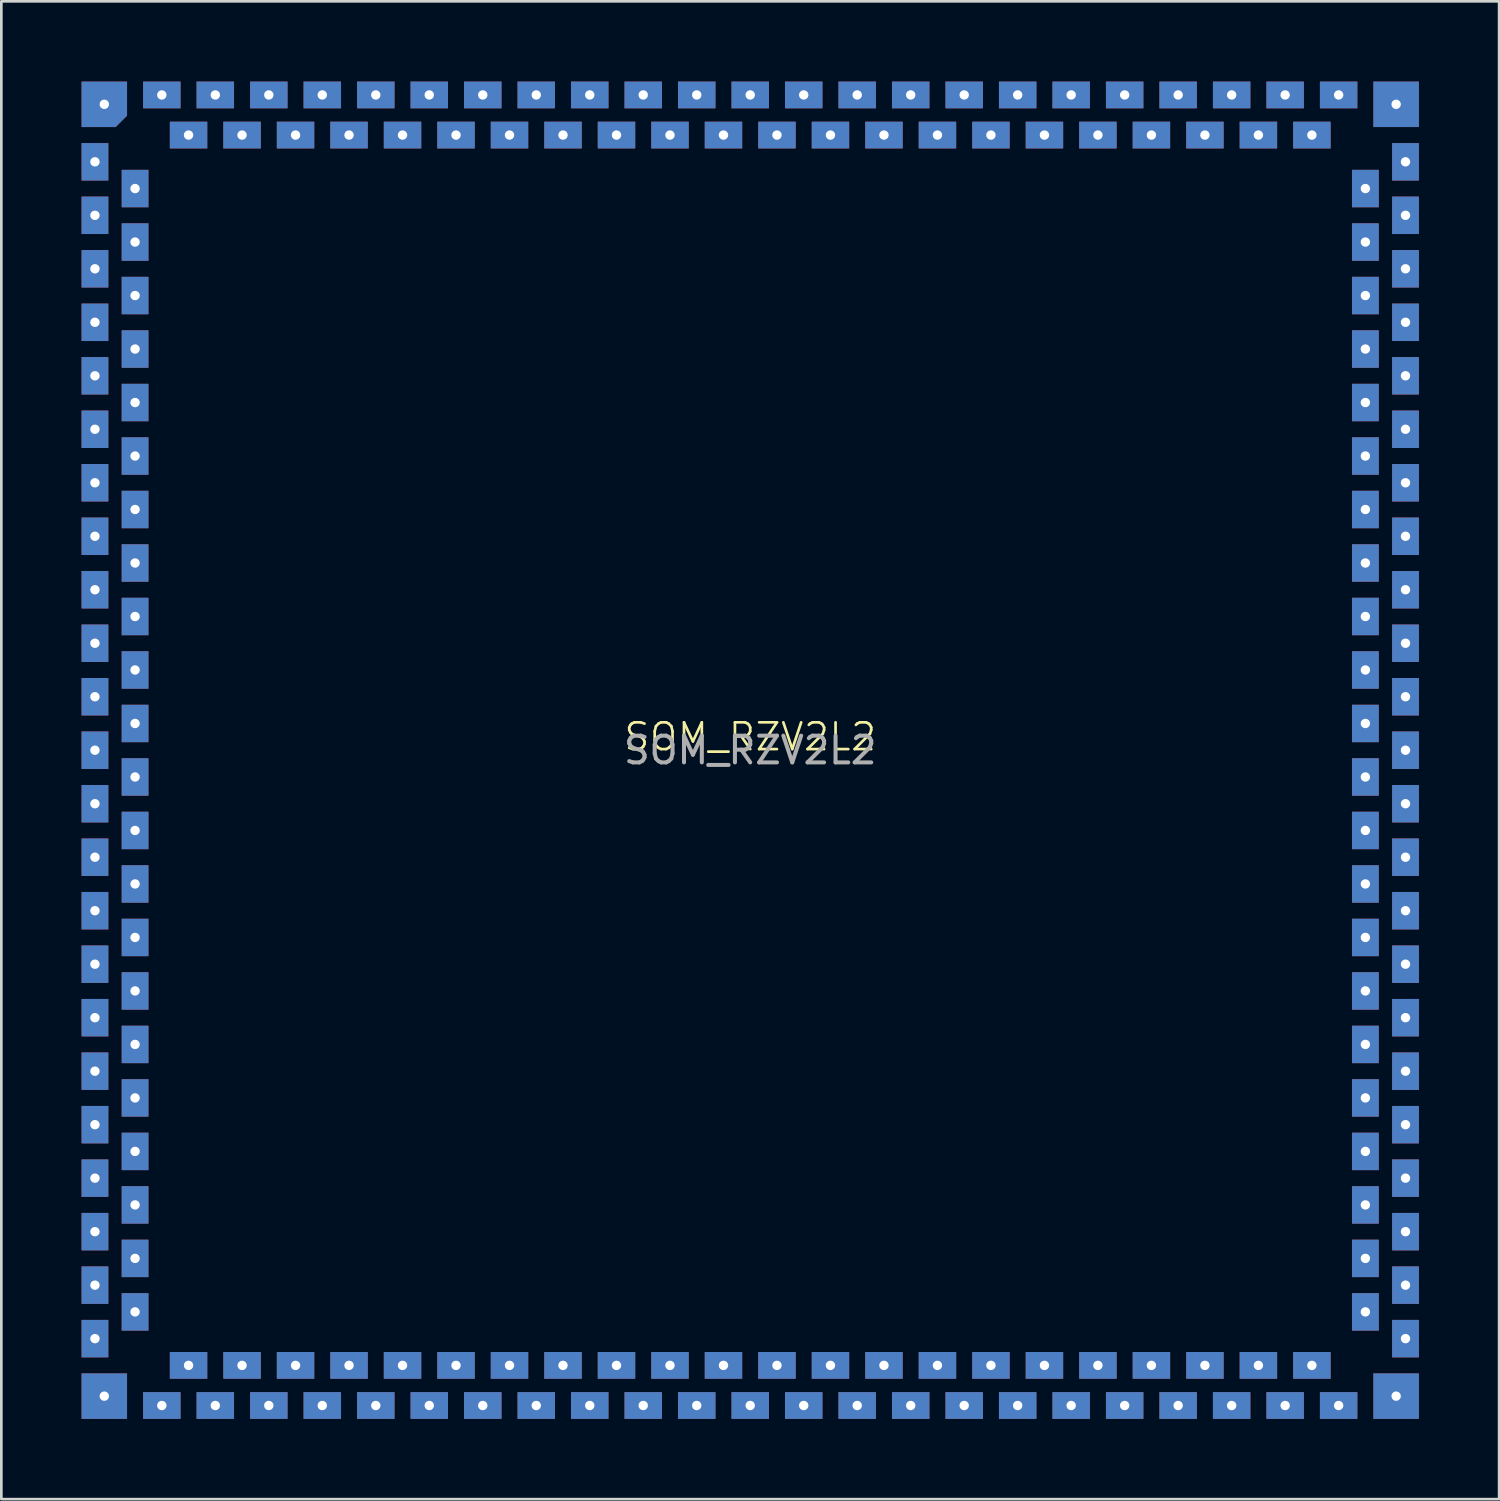
<source format=kicad_pcb>
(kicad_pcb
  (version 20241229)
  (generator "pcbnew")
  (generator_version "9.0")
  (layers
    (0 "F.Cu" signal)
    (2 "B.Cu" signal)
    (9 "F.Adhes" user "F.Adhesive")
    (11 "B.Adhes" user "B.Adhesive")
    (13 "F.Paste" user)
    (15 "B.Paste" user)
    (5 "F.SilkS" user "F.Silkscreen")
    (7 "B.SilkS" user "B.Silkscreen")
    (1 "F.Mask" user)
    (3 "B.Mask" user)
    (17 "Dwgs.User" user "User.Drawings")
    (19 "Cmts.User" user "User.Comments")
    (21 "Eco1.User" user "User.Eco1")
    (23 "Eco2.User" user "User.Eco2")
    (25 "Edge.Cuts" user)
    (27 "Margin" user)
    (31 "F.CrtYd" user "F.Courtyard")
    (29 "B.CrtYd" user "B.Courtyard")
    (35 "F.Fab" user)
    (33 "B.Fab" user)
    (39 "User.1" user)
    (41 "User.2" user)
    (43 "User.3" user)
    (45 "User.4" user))
  (footprint "SOM_RZV2L2"
    (layer "F.Cu")
    (at 25 25)
    (property "Reference" "SOM_RZV2L2" (at 0 -0.5 0) (unlocked yes) (layer "F.SilkS") (effects (font (size 1 1) (thickness 0.1))))
    (attr smd)
    (fp_text user "${REFERENCE}" (at 0 0 0) (unlocked yes) (layer "F.Fab") (effects (font (size 1 1) (thickness 0.15))))
    (pad "1" thru_hole circle (at -24.15 -24.15) (size 0.6 0.6) (drill 0.35) (layers "*.Cu" "*.Mask"))
    (pad "1" smd roundrect (at -24.15 -24.15) (size 1.7 1.7) (layers "F.Cu" "F.Mask" "F.Paste") (roundrect_rratio 0) (chamfer_ratio 0.25) (chamfer bottom_right))
    (pad "1" smd roundrect (at -24.15 -24.15) (size 1.7 1.7) (layers "B.Cu" "B.Mask") (roundrect_rratio 0) (chamfer_ratio 0.25) (chamfer bottom_right))
    (pad "2" thru_hole circle (at -24.5 -22) (size 0.6 0.6) (drill 0.35) (layers "*.Cu" "*.Mask"))
    (pad "2" smd rect (at -24.5 -22) (size 1 1.4) (layers "F.Cu" "F.Mask" "F.Paste"))
    (pad "2" smd rect (at -24.5 -22) (size 1 1.4) (layers "B.Cu" "B.Mask"))
    (pad "3" thru_hole circle (at -24.5 -20) (size 0.6 0.6) (drill 0.35) (layers "*.Cu" "*.Mask"))
    (pad "3" smd rect (at -24.5 -20) (size 1 1.4) (layers "F.Cu" "F.Mask" "F.Paste"))
    (pad "3" smd rect (at -24.5 -20) (size 1 1.4) (layers "B.Cu" "B.Mask"))
    (pad "4" thru_hole circle (at -24.5 -18) (size 0.6 0.6) (drill 0.35) (layers "*.Cu" "*.Mask"))
    (pad "4" smd rect (at -24.5 -18) (size 1 1.4) (layers "F.Cu" "F.Mask" "F.Paste"))
    (pad "4" smd rect (at -24.5 -18) (size 1 1.4) (layers "B.Cu" "B.Mask"))
    (pad "5" thru_hole circle (at -24.5 -16) (size 0.6 0.6) (drill 0.35) (layers "*.Cu" "*.Mask"))
    (pad "5" smd rect (at -24.5 -16) (size 1 1.4) (layers "F.Cu" "F.Mask" "F.Paste"))
    (pad "5" smd rect (at -24.5 -16) (size 1 1.4) (layers "B.Cu" "B.Mask"))
    (pad "6" thru_hole circle (at -24.5 -14) (size 0.6 0.6) (drill 0.35) (layers "*.Cu" "*.Mask"))
    (pad "6" smd rect (at -24.5 -14) (size 1 1.4) (layers "F.Cu" "F.Mask" "F.Paste"))
    (pad "6" smd rect (at -24.5 -14) (size 1 1.4) (layers "B.Cu" "B.Mask"))
    (pad "7" thru_hole circle (at -24.5 -12) (size 0.6 0.6) (drill 0.35) (layers "*.Cu" "*.Mask"))
    (pad "7" smd rect (at -24.5 -12) (size 1 1.4) (layers "F.Cu" "F.Mask" "F.Paste"))
    (pad "7" smd rect (at -24.5 -12) (size 1 1.4) (layers "B.Cu" "B.Mask"))
    (pad "8" thru_hole circle (at -24.5 -10) (size 0.6 0.6) (drill 0.35) (layers "*.Cu" "*.Mask"))
    (pad "8" smd rect (at -24.5 -10) (size 1 1.4) (layers "F.Cu" "F.Mask" "F.Paste"))
    (pad "8" smd rect (at -24.5 -10) (size 1 1.4) (layers "B.Cu" "B.Mask"))
    (pad "9" thru_hole circle (at -24.5 -8) (size 0.6 0.6) (drill 0.35) (layers "*.Cu" "*.Mask"))
    (pad "9" smd rect (at -24.5 -8) (size 1 1.4) (layers "F.Cu" "F.Mask" "F.Paste"))
    (pad "9" smd rect (at -24.5 -8) (size 1 1.4) (layers "B.Cu" "B.Mask"))
    (pad "10" thru_hole circle (at -24.5 -6) (size 0.6 0.6) (drill 0.35) (layers "*.Cu" "*.Mask"))
    (pad "10" smd rect (at -24.5 -6) (size 1 1.4) (layers "F.Cu" "F.Mask" "F.Paste"))
    (pad "10" smd rect (at -24.5 -6) (size 1 1.4) (layers "B.Cu" "B.Mask"))
    (pad "11" thru_hole circle (at -24.5 -4) (size 0.6 0.6) (drill 0.35) (layers "*.Cu" "*.Mask"))
    (pad "11" smd rect (at -24.5 -4) (size 1 1.4) (layers "F.Cu" "F.Mask" "F.Paste"))
    (pad "11" smd rect (at -24.5 -4) (size 1 1.4) (layers "B.Cu" "B.Mask"))
    (pad "12" thru_hole circle (at -24.5 -2) (size 0.6 0.6) (drill 0.35) (layers "*.Cu" "*.Mask"))
    (pad "12" smd rect (at -24.5 -2) (size 1 1.4) (layers "F.Cu" "F.Mask" "F.Paste"))
    (pad "12" smd rect (at -24.5 -2) (size 1 1.4) (layers "B.Cu" "B.Mask"))
    (pad "13" thru_hole circle (at -24.5 0) (size 0.6 0.6) (drill 0.35) (layers "*.Cu" "*.Mask"))
    (pad "13" smd rect (at -24.5 0) (size 1 1.4) (layers "F.Cu" "F.Mask" "F.Paste"))
    (pad "13" smd rect (at -24.5 0) (size 1 1.4) (layers "B.Cu" "B.Mask"))
    (pad "14" thru_hole circle (at -24.5 2) (size 0.6 0.6) (drill 0.35) (layers "*.Cu" "*.Mask"))
    (pad "14" smd rect (at -24.5 2) (size 1 1.4) (layers "F.Cu" "F.Mask" "F.Paste"))
    (pad "14" smd rect (at -24.5 2) (size 1 1.4) (layers "B.Cu" "B.Mask"))
    (pad "15" thru_hole circle (at -24.5 4) (size 0.6 0.6) (drill 0.35) (layers "*.Cu" "*.Mask"))
    (pad "15" smd rect (at -24.5 4) (size 1 1.4) (layers "F.Cu" "F.Mask" "F.Paste"))
    (pad "15" smd rect (at -24.5 4) (size 1 1.4) (layers "B.Cu" "B.Mask"))
    (pad "16" thru_hole circle (at -24.5 6) (size 0.6 0.6) (drill 0.35) (layers "*.Cu" "*.Mask"))
    (pad "16" smd rect (at -24.5 6) (size 1 1.4) (layers "F.Cu" "F.Mask" "F.Paste"))
    (pad "16" smd rect (at -24.5 6) (size 1 1.4) (layers "B.Cu" "B.Mask"))
    (pad "17" thru_hole circle (at -24.5 8) (size 0.6 0.6) (drill 0.35) (layers "*.Cu" "*.Mask"))
    (pad "17" smd rect (at -24.5 8) (size 1 1.4) (layers "F.Cu" "F.Mask" "F.Paste"))
    (pad "17" smd rect (at -24.5 8) (size 1 1.4) (layers "B.Cu" "B.Mask"))
    (pad "18" thru_hole circle (at -24.5 10) (size 0.6 0.6) (drill 0.35) (layers "*.Cu" "*.Mask"))
    (pad "18" smd rect (at -24.5 10) (size 1 1.4) (layers "F.Cu" "F.Mask" "F.Paste"))
    (pad "18" smd rect (at -24.5 10) (size 1 1.4) (layers "B.Cu" "B.Mask"))
    (pad "19" thru_hole circle (at -24.5 12) (size 0.6 0.6) (drill 0.35) (layers "*.Cu" "*.Mask"))
    (pad "19" smd rect (at -24.5 12) (size 1 1.4) (layers "F.Cu" "F.Mask" "F.Paste"))
    (pad "19" smd rect (at -24.5 12) (size 1 1.4) (layers "B.Cu" "B.Mask"))
    (pad "20" thru_hole circle (at -24.5 14) (size 0.6 0.6) (drill 0.35) (layers "*.Cu" "*.Mask"))
    (pad "20" smd rect (at -24.5 14) (size 1 1.4) (layers "F.Cu" "F.Mask" "F.Paste"))
    (pad "20" smd rect (at -24.5 14) (size 1 1.4) (layers "B.Cu" "B.Mask"))
    (pad "21" thru_hole circle (at -24.5 16) (size 0.6 0.6) (drill 0.35) (layers "*.Cu" "*.Mask"))
    (pad "21" smd rect (at -24.5 16) (size 1 1.4) (layers "F.Cu" "F.Mask" "F.Paste"))
    (pad "21" smd rect (at -24.5 16) (size 1 1.4) (layers "B.Cu" "B.Mask"))
    (pad "22" thru_hole circle (at -24.5 18) (size 0.6 0.6) (drill 0.35) (layers "*.Cu" "*.Mask"))
    (pad "22" smd rect (at -24.5 18) (size 1 1.4) (layers "F.Cu" "F.Mask" "F.Paste"))
    (pad "22" smd rect (at -24.5 18) (size 1 1.4) (layers "B.Cu" "B.Mask"))
    (pad "23" thru_hole circle (at -24.5 20) (size 0.6 0.6) (drill 0.35) (layers "*.Cu" "*.Mask"))
    (pad "23" smd rect (at -24.5 20) (size 1 1.4) (layers "F.Cu" "F.Mask" "F.Paste"))
    (pad "23" smd rect (at -24.5 20) (size 1 1.4) (layers "B.Cu" "B.Mask"))
    (pad "24" thru_hole circle (at -24.5 22) (size 0.6 0.6) (drill 0.35) (layers "*.Cu" "*.Mask"))
    (pad "24" smd rect (at -24.5 22) (size 1 1.4) (layers "F.Cu" "F.Mask" "F.Paste"))
    (pad "24" smd rect (at -24.5 22) (size 1 1.4) (layers "B.Cu" "B.Mask"))
    (pad "25" thru_hole circle (at -24.15 24.15) (size 0.6 0.6) (drill 0.35) (layers "*.Cu" "*.Mask"))
    (pad "25" smd rect (at -24.15 24.15) (size 1.7 1.7) (layers "F.Cu" "F.Mask" "F.Paste"))
    (pad "25" smd rect (at -24.15 24.15) (size 1.7 1.7) (layers "B.Cu" "B.Mask"))
    (pad "26" thru_hole circle (at -22 24.5) (size 0.6 0.6) (drill 0.35) (layers "*.Cu" "*.Mask"))
    (pad "26" smd rect (at -22 24.5) (size 1.4 1) (layers "F.Cu" "F.Mask" "F.Paste"))
    (pad "26" smd rect (at -22 24.5) (size 1.4 1) (layers "B.Cu" "B.Mask"))
    (pad "27" thru_hole circle (at -20 24.5) (size 0.6 0.6) (drill 0.35) (layers "*.Cu" "*.Mask"))
    (pad "27" smd rect (at -20 24.5) (size 1.4 1) (layers "F.Cu" "F.Mask" "F.Paste"))
    (pad "27" smd rect (at -20 24.5) (size 1.4 1) (layers "B.Cu" "B.Mask"))
    (pad "28" thru_hole circle (at -18 24.5) (size 0.6 0.6) (drill 0.35) (layers "*.Cu" "*.Mask"))
    (pad "28" smd rect (at -18 24.5) (size 1.4 1) (layers "F.Cu" "F.Mask" "F.Paste"))
    (pad "28" smd rect (at -18 24.5) (size 1.4 1) (layers "B.Cu" "B.Mask"))
    (pad "29" thru_hole circle (at -16 24.5) (size 0.6 0.6) (drill 0.35) (layers "*.Cu" "*.Mask"))
    (pad "29" smd rect (at -16 24.5) (size 1.4 1) (layers "F.Cu" "F.Mask" "F.Paste"))
    (pad "29" smd rect (at -16 24.5) (size 1.4 1) (layers "B.Cu" "B.Mask"))
    (pad "30" thru_hole circle (at -14 24.5) (size 0.6 0.6) (drill 0.35) (layers "*.Cu" "*.Mask"))
    (pad "30" smd rect (at -14 24.5) (size 1.4 1) (layers "F.Cu" "F.Mask" "F.Paste"))
    (pad "30" smd rect (at -14 24.5) (size 1.4 1) (layers "B.Cu" "B.Mask"))
    (pad "31" thru_hole circle (at -12 24.5) (size 0.6 0.6) (drill 0.35) (layers "*.Cu" "*.Mask"))
    (pad "31" smd rect (at -12 24.5) (size 1.4 1) (layers "F.Cu" "F.Mask" "F.Paste"))
    (pad "31" smd rect (at -12 24.5) (size 1.4 1) (layers "B.Cu" "B.Mask"))
    (pad "32" thru_hole circle (at -10 24.5) (size 0.6 0.6) (drill 0.35) (layers "*.Cu" "*.Mask"))
    (pad "32" smd rect (at -10 24.5) (size 1.4 1) (layers "F.Cu" "F.Mask" "F.Paste"))
    (pad "32" smd rect (at -10 24.5) (size 1.4 1) (layers "B.Cu" "B.Mask"))
    (pad "33" thru_hole circle (at -8 24.5) (size 0.6 0.6) (drill 0.35) (layers "*.Cu" "*.Mask"))
    (pad "33" smd rect (at -8 24.5) (size 1.4 1) (layers "F.Cu" "F.Mask" "F.Paste"))
    (pad "33" smd rect (at -8 24.5) (size 1.4 1) (layers "B.Cu" "B.Mask"))
    (pad "34" thru_hole circle (at -6 24.5) (size 0.6 0.6) (drill 0.35) (layers "*.Cu" "*.Mask"))
    (pad "34" smd rect (at -6 24.5) (size 1.4 1) (layers "F.Cu" "F.Mask" "F.Paste"))
    (pad "34" smd rect (at -6 24.5) (size 1.4 1) (layers "B.Cu" "B.Mask"))
    (pad "35" thru_hole circle (at -4 24.5) (size 0.6 0.6) (drill 0.35) (layers "*.Cu" "*.Mask"))
    (pad "35" smd rect (at -4 24.5) (size 1.4 1) (layers "F.Cu" "F.Mask" "F.Paste"))
    (pad "35" smd rect (at -4 24.5) (size 1.4 1) (layers "B.Cu" "B.Mask"))
    (pad "36" thru_hole circle (at -2 24.5) (size 0.6 0.6) (drill 0.35) (layers "*.Cu" "*.Mask"))
    (pad "36" smd rect (at -2 24.5) (size 1.4 1) (layers "F.Cu" "F.Mask" "F.Paste"))
    (pad "36" smd rect (at -2 24.5) (size 1.4 1) (layers "B.Cu" "B.Mask"))
    (pad "37" thru_hole circle (at 0 24.5) (size 0.6 0.6) (drill 0.35) (layers "*.Cu" "*.Mask"))
    (pad "37" smd rect (at 0 24.5) (size 1.4 1) (layers "F.Cu" "F.Mask" "F.Paste"))
    (pad "37" smd rect (at 0 24.5) (size 1.4 1) (layers "B.Cu" "B.Mask"))
    (pad "38" thru_hole circle (at 2 24.5) (size 0.6 0.6) (drill 0.35) (layers "*.Cu" "*.Mask"))
    (pad "38" smd rect (at 2 24.5) (size 1.4 1) (layers "F.Cu" "F.Mask" "F.Paste"))
    (pad "38" smd rect (at 2 24.5) (size 1.4 1) (layers "B.Cu" "B.Mask"))
    (pad "39" thru_hole circle (at 4 24.5) (size 0.6 0.6) (drill 0.35) (layers "*.Cu" "*.Mask"))
    (pad "39" smd rect (at 4 24.5) (size 1.4 1) (layers "F.Cu" "F.Mask" "F.Paste"))
    (pad "39" smd rect (at 4 24.5) (size 1.4 1) (layers "B.Cu" "B.Mask"))
    (pad "40" thru_hole circle (at 6 24.5) (size 0.6 0.6) (drill 0.35) (layers "*.Cu" "*.Mask"))
    (pad "40" smd rect (at 6 24.5) (size 1.4 1) (layers "F.Cu" "F.Mask" "F.Paste"))
    (pad "40" smd rect (at 6 24.5) (size 1.4 1) (layers "B.Cu" "B.Mask"))
    (pad "41" thru_hole circle (at 8 24.5) (size 0.6 0.6) (drill 0.35) (layers "*.Cu" "*.Mask"))
    (pad "41" smd rect (at 8 24.5) (size 1.4 1) (layers "F.Cu" "F.Mask" "F.Paste"))
    (pad "41" smd rect (at 8 24.5) (size 1.4 1) (layers "B.Cu" "B.Mask"))
    (pad "42" thru_hole circle (at 10 24.5) (size 0.6 0.6) (drill 0.35) (layers "*.Cu" "*.Mask"))
    (pad "42" smd rect (at 10 24.5) (size 1.4 1) (layers "F.Cu" "F.Mask" "F.Paste"))
    (pad "42" smd rect (at 10 24.5) (size 1.4 1) (layers "B.Cu" "B.Mask"))
    (pad "43" thru_hole circle (at 12 24.5) (size 0.6 0.6) (drill 0.35) (layers "*.Cu" "*.Mask"))
    (pad "43" smd rect (at 12 24.5) (size 1.4 1) (layers "F.Cu" "F.Mask" "F.Paste"))
    (pad "43" smd rect (at 12 24.5) (size 1.4 1) (layers "B.Cu" "B.Mask"))
    (pad "44" thru_hole circle (at 14 24.5) (size 0.6 0.6) (drill 0.35) (layers "*.Cu" "*.Mask"))
    (pad "44" smd rect (at 14 24.5) (size 1.4 1) (layers "F.Cu" "F.Mask" "F.Paste"))
    (pad "44" smd rect (at 14 24.5) (size 1.4 1) (layers "B.Cu" "B.Mask"))
    (pad "45" thru_hole circle (at 16 24.5) (size 0.6 0.6) (drill 0.35) (layers "*.Cu" "*.Mask"))
    (pad "45" smd rect (at 16 24.5) (size 1.4 1) (layers "F.Cu" "F.Mask" "F.Paste"))
    (pad "45" smd rect (at 16 24.5) (size 1.4 1) (layers "B.Cu" "B.Mask"))
    (pad "46" thru_hole circle (at 18 24.5) (size 0.6 0.6) (drill 0.35) (layers "*.Cu" "*.Mask"))
    (pad "46" smd rect (at 18 24.5) (size 1.4 1) (layers "F.Cu" "F.Mask" "F.Paste"))
    (pad "46" smd rect (at 18 24.5) (size 1.4 1) (layers "B.Cu" "B.Mask"))
    (pad "47" thru_hole circle (at 20 24.5) (size 0.6 0.6) (drill 0.35) (layers "*.Cu" "*.Mask"))
    (pad "47" smd rect (at 20 24.5) (size 1.4 1) (layers "F.Cu" "F.Mask" "F.Paste"))
    (pad "47" smd rect (at 20 24.5) (size 1.4 1) (layers "B.Cu" "B.Mask"))
    (pad "48" thru_hole circle (at 22 24.5) (size 0.6 0.6) (drill 0.35) (layers "*.Cu" "*.Mask"))
    (pad "48" smd rect (at 22 24.5) (size 1.4 1) (layers "F.Cu" "F.Mask" "F.Paste"))
    (pad "48" smd rect (at 22 24.5) (size 1.4 1) (layers "B.Cu" "B.Mask"))
    (pad "49" thru_hole circle (at 24.15 24.15) (size 0.6 0.6) (drill 0.35) (layers "*.Cu" "*.Mask"))
    (pad "49" smd rect (at 24.15 24.15) (size 1.7 1.7) (layers "F.Cu" "F.Mask" "F.Paste"))
    (pad "49" smd rect (at 24.15 24.15) (size 1.7 1.7) (layers "B.Cu" "B.Mask"))
    (pad "50" thru_hole circle (at 24.5 22) (size 0.6 0.6) (drill 0.35) (layers "*.Cu" "*.Mask"))
    (pad "50" smd rect (at 24.5 22) (size 1 1.4) (layers "F.Cu" "F.Mask" "F.Paste"))
    (pad "50" smd rect (at 24.5 22) (size 1 1.4) (layers "B.Cu" "B.Mask"))
    (pad "51" thru_hole circle (at 24.5 20) (size 0.6 0.6) (drill 0.35) (layers "*.Cu" "*.Mask"))
    (pad "51" smd rect (at 24.5 20) (size 1 1.4) (layers "F.Cu" "F.Mask" "F.Paste"))
    (pad "51" smd rect (at 24.5 20) (size 1 1.4) (layers "B.Cu" "B.Mask"))
    (pad "52" thru_hole circle (at 24.5 18) (size 0.6 0.6) (drill 0.35) (layers "*.Cu" "*.Mask"))
    (pad "52" smd rect (at 24.5 18) (size 1 1.4) (layers "F.Cu" "F.Mask" "F.Paste"))
    (pad "52" smd rect (at 24.5 18) (size 1 1.4) (layers "B.Cu" "B.Mask"))
    (pad "53" thru_hole circle (at 24.5 16) (size 0.6 0.6) (drill 0.35) (layers "*.Cu" "*.Mask"))
    (pad "53" smd rect (at 24.5 16) (size 1 1.4) (layers "F.Cu" "F.Mask" "F.Paste"))
    (pad "53" smd rect (at 24.5 16) (size 1 1.4) (layers "B.Cu" "B.Mask"))
    (pad "54" thru_hole circle (at 24.5 14) (size 0.6 0.6) (drill 0.35) (layers "*.Cu" "*.Mask"))
    (pad "54" smd rect (at 24.5 14) (size 1 1.4) (layers "F.Cu" "F.Mask" "F.Paste"))
    (pad "54" smd rect (at 24.5 14) (size 1 1.4) (layers "B.Cu" "B.Mask"))
    (pad "55" thru_hole circle (at 24.5 12) (size 0.6 0.6) (drill 0.35) (layers "*.Cu" "*.Mask"))
    (pad "55" smd rect (at 24.5 12) (size 1 1.4) (layers "F.Cu" "F.Mask" "F.Paste"))
    (pad "55" smd rect (at 24.5 12) (size 1 1.4) (layers "B.Cu" "B.Mask"))
    (pad "56" thru_hole circle (at 24.5 10) (size 0.6 0.6) (drill 0.35) (layers "*.Cu" "*.Mask"))
    (pad "56" smd rect (at 24.5 10) (size 1 1.4) (layers "F.Cu" "F.Mask" "F.Paste"))
    (pad "56" smd rect (at 24.5 10) (size 1 1.4) (layers "B.Cu" "B.Mask"))
    (pad "57" thru_hole circle (at 24.5 8) (size 0.6 0.6) (drill 0.35) (layers "*.Cu" "*.Mask"))
    (pad "57" smd rect (at 24.5 8) (size 1 1.4) (layers "F.Cu" "F.Mask" "F.Paste"))
    (pad "57" smd rect (at 24.5 8) (size 1 1.4) (layers "B.Cu" "B.Mask"))
    (pad "58" thru_hole circle (at 24.5 6) (size 0.6 0.6) (drill 0.35) (layers "*.Cu" "*.Mask"))
    (pad "58" smd rect (at 24.5 6) (size 1 1.4) (layers "F.Cu" "F.Mask" "F.Paste"))
    (pad "58" smd rect (at 24.5 6) (size 1 1.4) (layers "B.Cu" "B.Mask"))
    (pad "59" thru_hole circle (at 24.5 4) (size 0.6 0.6) (drill 0.35) (layers "*.Cu" "*.Mask"))
    (pad "59" smd rect (at 24.5 4) (size 1 1.4) (layers "F.Cu" "F.Mask" "F.Paste"))
    (pad "59" smd rect (at 24.5 4) (size 1 1.4) (layers "B.Cu" "B.Mask"))
    (pad "60" thru_hole circle (at 24.5 2) (size 0.6 0.6) (drill 0.35) (layers "*.Cu" "*.Mask"))
    (pad "60" smd rect (at 24.5 2) (size 1 1.4) (layers "F.Cu" "F.Mask" "F.Paste"))
    (pad "60" smd rect (at 24.5 2) (size 1 1.4) (layers "B.Cu" "B.Mask"))
    (pad "61" thru_hole circle (at 24.5 0) (size 0.6 0.6) (drill 0.35) (layers "*.Cu" "*.Mask"))
    (pad "61" smd rect (at 24.5 0) (size 1 1.4) (layers "F.Cu" "F.Mask" "F.Paste"))
    (pad "61" smd rect (at 24.5 0) (size 1 1.4) (layers "B.Cu" "B.Mask"))
    (pad "62" thru_hole circle (at 24.5 -2) (size 0.6 0.6) (drill 0.35) (layers "*.Cu" "*.Mask"))
    (pad "62" smd rect (at 24.5 -2) (size 1 1.4) (layers "F.Cu" "F.Mask" "F.Paste"))
    (pad "62" smd rect (at 24.5 -2) (size 1 1.4) (layers "B.Cu" "B.Mask"))
    (pad "63" thru_hole circle (at 24.5 -4) (size 0.6 0.6) (drill 0.35) (layers "*.Cu" "*.Mask"))
    (pad "63" smd rect (at 24.5 -4) (size 1 1.4) (layers "F.Cu" "F.Mask" "F.Paste"))
    (pad "63" smd rect (at 24.5 -4) (size 1 1.4) (layers "B.Cu" "B.Mask"))
    (pad "64" thru_hole circle (at 24.5 -6) (size 0.6 0.6) (drill 0.35) (layers "*.Cu" "*.Mask"))
    (pad "64" smd rect (at 24.5 -6) (size 1 1.4) (layers "F.Cu" "F.Mask" "F.Paste"))
    (pad "64" smd rect (at 24.5 -6) (size 1 1.4) (layers "B.Cu" "B.Mask"))
    (pad "65" thru_hole circle (at 24.5 -8) (size 0.6 0.6) (drill 0.35) (layers "*.Cu" "*.Mask"))
    (pad "65" smd rect (at 24.5 -8) (size 1 1.4) (layers "F.Cu" "F.Mask" "F.Paste"))
    (pad "65" smd rect (at 24.5 -8) (size 1 1.4) (layers "B.Cu" "B.Mask"))
    (pad "66" thru_hole circle (at 24.5 -10) (size 0.6 0.6) (drill 0.35) (layers "*.Cu" "*.Mask"))
    (pad "66" smd rect (at 24.5 -10) (size 1 1.4) (layers "F.Cu" "F.Mask" "F.Paste"))
    (pad "66" smd rect (at 24.5 -10) (size 1 1.4) (layers "B.Cu" "B.Mask"))
    (pad "67" thru_hole circle (at 24.5 -12) (size 0.6 0.6) (drill 0.35) (layers "*.Cu" "*.Mask"))
    (pad "67" smd rect (at 24.5 -12) (size 1 1.4) (layers "F.Cu" "F.Mask" "F.Paste"))
    (pad "67" smd rect (at 24.5 -12) (size 1 1.4) (layers "B.Cu" "B.Mask"))
    (pad "68" thru_hole circle (at 24.5 -14) (size 0.6 0.6) (drill 0.35) (layers "*.Cu" "*.Mask"))
    (pad "68" smd rect (at 24.5 -14) (size 1 1.4) (layers "F.Cu" "F.Mask" "F.Paste"))
    (pad "68" smd rect (at 24.5 -14) (size 1 1.4) (layers "B.Cu" "B.Mask"))
    (pad "69" thru_hole circle (at 24.5 -16) (size 0.6 0.6) (drill 0.35) (layers "*.Cu" "*.Mask"))
    (pad "69" smd rect (at 24.5 -16) (size 1 1.4) (layers "F.Cu" "F.Mask" "F.Paste"))
    (pad "69" smd rect (at 24.5 -16) (size 1 1.4) (layers "B.Cu" "B.Mask"))
    (pad "70" thru_hole circle (at 24.5 -18) (size 0.6 0.6) (drill 0.35) (layers "*.Cu" "*.Mask"))
    (pad "70" smd rect (at 24.5 -18) (size 1 1.4) (layers "F.Cu" "F.Mask" "F.Paste"))
    (pad "70" smd rect (at 24.5 -18) (size 1 1.4) (layers "B.Cu" "B.Mask"))
    (pad "71" thru_hole circle (at 24.5 -20) (size 0.6 0.6) (drill 0.35) (layers "*.Cu" "*.Mask"))
    (pad "71" smd rect (at 24.5 -20) (size 1 1.4) (layers "F.Cu" "F.Mask" "F.Paste"))
    (pad "71" smd rect (at 24.5 -20) (size 1 1.4) (layers "B.Cu" "B.Mask"))
    (pad "72" thru_hole circle (at 24.5 -22) (size 0.6 0.6) (drill 0.35) (layers "*.Cu" "*.Mask"))
    (pad "72" smd rect (at 24.5 -22) (size 1 1.4) (layers "F.Cu" "F.Mask" "F.Paste"))
    (pad "72" smd rect (at 24.5 -22) (size 1 1.4) (layers "B.Cu" "B.Mask"))
    (pad "73" thru_hole circle (at 24.15 -24.15) (size 0.6 0.6) (drill 0.35) (layers "*.Cu" "*.Mask"))
    (pad "73" smd rect (at 24.15 -24.15) (size 1.7 1.7) (layers "F.Cu" "F.Mask" "F.Paste"))
    (pad "73" smd rect (at 24.15 -24.15) (size 1.7 1.7) (layers "B.Cu" "B.Mask"))
    (pad "74" thru_hole circle (at 22 -24.5) (size 0.6 0.6) (drill 0.35) (layers "*.Cu" "*.Mask"))
    (pad "74" smd rect (at 22 -24.5) (size 1.4 1) (layers "F.Cu" "F.Mask" "F.Paste"))
    (pad "74" smd rect (at 22 -24.5) (size 1.4 1) (layers "B.Cu" "B.Mask"))
    (pad "75" thru_hole circle (at 20 -24.5) (size 0.6 0.6) (drill 0.35) (layers "*.Cu" "*.Mask"))
    (pad "75" smd rect (at 20 -24.5) (size 1.4 1) (layers "F.Cu" "F.Mask" "F.Paste"))
    (pad "75" smd rect (at 20 -24.5) (size 1.4 1) (layers "B.Cu" "B.Mask"))
    (pad "76" thru_hole circle (at 18 -24.5) (size 0.6 0.6) (drill 0.35) (layers "*.Cu" "*.Mask"))
    (pad "76" smd rect (at 18 -24.5) (size 1.4 1) (layers "F.Cu" "F.Mask" "F.Paste"))
    (pad "76" smd rect (at 18 -24.5) (size 1.4 1) (layers "B.Cu" "B.Mask"))
    (pad "77" thru_hole circle (at 16 -24.5) (size 0.6 0.6) (drill 0.35) (layers "*.Cu" "*.Mask"))
    (pad "77" smd rect (at 16 -24.5) (size 1.4 1) (layers "F.Cu" "F.Mask" "F.Paste"))
    (pad "77" smd rect (at 16 -24.5) (size 1.4 1) (layers "B.Cu" "B.Mask"))
    (pad "78" thru_hole circle (at 14 -24.5) (size 0.6 0.6) (drill 0.35) (layers "*.Cu" "*.Mask"))
    (pad "78" smd rect (at 14 -24.5) (size 1.4 1) (layers "F.Cu" "F.Mask" "F.Paste"))
    (pad "78" smd rect (at 14 -24.5) (size 1.4 1) (layers "B.Cu" "B.Mask"))
    (pad "79" thru_hole circle (at 12 -24.5) (size 0.6 0.6) (drill 0.35) (layers "*.Cu" "*.Mask"))
    (pad "79" smd rect (at 12 -24.5) (size 1.4 1) (layers "F.Cu" "F.Mask" "F.Paste"))
    (pad "79" smd rect (at 12 -24.5) (size 1.4 1) (layers "B.Cu" "B.Mask"))
    (pad "80" thru_hole circle (at 10 -24.5) (size 0.6 0.6) (drill 0.35) (layers "*.Cu" "*.Mask"))
    (pad "80" smd rect (at 10 -24.5) (size 1.4 1) (layers "F.Cu" "F.Mask" "F.Paste"))
    (pad "80" smd rect (at 10 -24.5) (size 1.4 1) (layers "B.Cu" "B.Mask"))
    (pad "81" thru_hole circle (at 8 -24.5) (size 0.6 0.6) (drill 0.35) (layers "*.Cu" "*.Mask"))
    (pad "81" smd rect (at 8 -24.5) (size 1.4 1) (layers "F.Cu" "F.Mask" "F.Paste"))
    (pad "81" smd rect (at 8 -24.5) (size 1.4 1) (layers "B.Cu" "B.Mask"))
    (pad "82" thru_hole circle (at 6 -24.5) (size 0.6 0.6) (drill 0.35) (layers "*.Cu" "*.Mask"))
    (pad "82" smd rect (at 6 -24.5) (size 1.4 1) (layers "F.Cu" "F.Mask" "F.Paste"))
    (pad "82" smd rect (at 6 -24.5) (size 1.4 1) (layers "B.Cu" "B.Mask"))
    (pad "83" thru_hole circle (at 4 -24.5) (size 0.6 0.6) (drill 0.35) (layers "*.Cu" "*.Mask"))
    (pad "83" smd rect (at 4 -24.5) (size 1.4 1) (layers "F.Cu" "F.Mask" "F.Paste"))
    (pad "83" smd rect (at 4 -24.5) (size 1.4 1) (layers "B.Cu" "B.Mask"))
    (pad "84" thru_hole circle (at 2 -24.5) (size 0.6 0.6) (drill 0.35) (layers "*.Cu" "*.Mask"))
    (pad "84" smd rect (at 2 -24.5) (size 1.4 1) (layers "F.Cu" "F.Mask" "F.Paste"))
    (pad "84" smd rect (at 2 -24.5) (size 1.4 1) (layers "B.Cu" "B.Mask"))
    (pad "85" thru_hole circle (at 0 -24.5) (size 0.6 0.6) (drill 0.35) (layers "*.Cu" "*.Mask"))
    (pad "85" smd rect (at 0 -24.5) (size 1.4 1) (layers "F.Cu" "F.Mask" "F.Paste"))
    (pad "85" smd rect (at 0 -24.5) (size 1.4 1) (layers "B.Cu" "B.Mask"))
    (pad "86" thru_hole circle (at -2 -24.5) (size 0.6 0.6) (drill 0.35) (layers "*.Cu" "*.Mask"))
    (pad "86" smd rect (at -2 -24.5) (size 1.4 1) (layers "F.Cu" "F.Mask" "F.Paste"))
    (pad "86" smd rect (at -2 -24.5) (size 1.4 1) (layers "B.Cu" "B.Mask"))
    (pad "87" thru_hole circle (at -4 -24.5) (size 0.6 0.6) (drill 0.35) (layers "*.Cu" "*.Mask"))
    (pad "87" smd rect (at -4 -24.5) (size 1.4 1) (layers "F.Cu" "F.Mask" "F.Paste"))
    (pad "87" smd rect (at -4 -24.5) (size 1.4 1) (layers "B.Cu" "B.Mask"))
    (pad "88" thru_hole circle (at -6 -24.5) (size 0.6 0.6) (drill 0.35) (layers "*.Cu" "*.Mask"))
    (pad "88" smd rect (at -6 -24.5) (size 1.4 1) (layers "F.Cu" "F.Mask" "F.Paste"))
    (pad "88" smd rect (at -6 -24.5) (size 1.4 1) (layers "B.Cu" "B.Mask"))
    (pad "89" thru_hole circle (at -8 -24.5) (size 0.6 0.6) (drill 0.35) (layers "*.Cu" "*.Mask"))
    (pad "89" smd rect (at -8 -24.5) (size 1.4 1) (layers "F.Cu" "F.Mask" "F.Paste"))
    (pad "89" smd rect (at -8 -24.5) (size 1.4 1) (layers "B.Cu" "B.Mask"))
    (pad "90" thru_hole circle (at -10 -24.5) (size 0.6 0.6) (drill 0.35) (layers "*.Cu" "*.Mask"))
    (pad "90" smd rect (at -10 -24.5) (size 1.4 1) (layers "F.Cu" "F.Mask" "F.Paste"))
    (pad "90" smd rect (at -10 -24.5) (size 1.4 1) (layers "B.Cu" "B.Mask"))
    (pad "91" thru_hole circle (at -12 -24.5) (size 0.6 0.6) (drill 0.35) (layers "*.Cu" "*.Mask"))
    (pad "91" smd rect (at -12 -24.5) (size 1.4 1) (layers "F.Cu" "F.Mask" "F.Paste"))
    (pad "91" smd rect (at -12 -24.5) (size 1.4 1) (layers "B.Cu" "B.Mask"))
    (pad "92" thru_hole circle (at -14 -24.5) (size 0.6 0.6) (drill 0.35) (layers "*.Cu" "*.Mask"))
    (pad "92" smd rect (at -14 -24.5) (size 1.4 1) (layers "F.Cu" "F.Mask" "F.Paste"))
    (pad "92" smd rect (at -14 -24.5) (size 1.4 1) (layers "B.Cu" "B.Mask"))
    (pad "93" thru_hole circle (at -16 -24.5) (size 0.6 0.6) (drill 0.35) (layers "*.Cu" "*.Mask"))
    (pad "93" smd rect (at -16 -24.5) (size 1.4 1) (layers "F.Cu" "F.Mask" "F.Paste"))
    (pad "93" smd rect (at -16 -24.5) (size 1.4 1) (layers "B.Cu" "B.Mask"))
    (pad "94" thru_hole circle (at -18 -24.5) (size 0.6 0.6) (drill 0.35) (layers "*.Cu" "*.Mask"))
    (pad "94" smd rect (at -18 -24.5) (size 1.4 1) (layers "F.Cu" "F.Mask" "F.Paste"))
    (pad "94" smd rect (at -18 -24.5) (size 1.4 1) (layers "B.Cu" "B.Mask"))
    (pad "95" thru_hole circle (at -20 -24.5) (size 0.6 0.6) (drill 0.35) (layers "*.Cu" "*.Mask"))
    (pad "95" smd rect (at -20 -24.5) (size 1.4 1) (layers "F.Cu" "F.Mask" "F.Paste"))
    (pad "95" smd rect (at -20 -24.5) (size 1.4 1) (layers "B.Cu" "B.Mask"))
    (pad "96" thru_hole circle (at -22 -24.5) (size 0.6 0.6) (drill 0.35) (layers "*.Cu" "*.Mask"))
    (pad "96" smd rect (at -22 -24.5) (size 1.4 1) (layers "F.Cu" "F.Mask" "F.Paste"))
    (pad "96" smd rect (at -22 -24.5) (size 1.4 1) (layers "B.Cu" "B.Mask"))
    (pad "96" thru_hole circle (at 21 -23) (size 0.6 0.6) (drill 0.35) (layers "*.Cu" "*.Mask"))
    (pad "96" smd rect (at 21 -23) (size 1.4 1) (layers "F.Cu" "F.Mask" "F.Paste"))
    (pad "97" thru_hole circle (at -23 -21) (size 0.6 0.6) (drill 0.35) (layers "*.Cu" "*.Mask"))
    (pad "97" smd rect (at -23 -21) (size 1 1.4) (layers "F.Cu" "F.Mask" "F.Paste"))
    (pad "97" smd rect (at -23 -21) (size 1 1.4) (layers "B.Cu" "B.Mask"))
    (pad "97" thru_hole circle (at 19 -23) (size 0.6 0.6) (drill 0.35) (layers "*.Cu" "*.Mask"))
    (pad "97" smd rect (at 19 -23) (size 1.4 1) (layers "F.Cu" "F.Mask" "F.Paste"))
    (pad "98" thru_hole circle (at -23 -19) (size 0.6 0.6) (drill 0.35) (layers "*.Cu" "*.Mask"))
    (pad "98" smd rect (at -23 -19) (size 1 1.4) (layers "F.Cu" "F.Mask" "F.Paste"))
    (pad "98" smd rect (at -23 -19) (size 1 1.4) (layers "B.Cu" "B.Mask"))
    (pad "98" thru_hole circle (at 17 -23) (size 0.6 0.6) (drill 0.35) (layers "*.Cu" "*.Mask"))
    (pad "98" smd rect (at 17 -23) (size 1.4 1) (layers "F.Cu" "F.Mask" "F.Paste"))
    (pad "99" thru_hole circle (at -23 -17) (size 0.6 0.6) (drill 0.35) (layers "*.Cu" "*.Mask"))
    (pad "99" smd rect (at -23 -17) (size 1 1.4) (layers "F.Cu" "F.Mask" "F.Paste"))
    (pad "99" smd rect (at -23 -17) (size 1 1.4) (layers "B.Cu" "B.Mask"))
    (pad "99" thru_hole circle (at 15 -23) (size 0.6 0.6) (drill 0.35) (layers "*.Cu" "*.Mask"))
    (pad "99" smd rect (at 15 -23) (size 1.4 1) (layers "F.Cu" "F.Mask" "F.Paste"))
    (pad "100" thru_hole circle (at -23 -15) (size 0.6 0.6) (drill 0.35) (layers "*.Cu" "*.Mask"))
    (pad "100" smd rect (at -23 -15) (size 1 1.4) (layers "F.Cu" "F.Mask" "F.Paste"))
    (pad "100" smd rect (at -23 -15) (size 1 1.4) (layers "B.Cu" "B.Mask"))
    (pad "100" thru_hole circle (at 13 -23) (size 0.6 0.6) (drill 0.35) (layers "*.Cu" "*.Mask"))
    (pad "100" smd rect (at 13 -23) (size 1.4 1) (layers "F.Cu" "F.Mask" "F.Paste"))
    (pad "101" thru_hole circle (at -23 -13) (size 0.6 0.6) (drill 0.35) (layers "*.Cu" "*.Mask"))
    (pad "101" smd rect (at -23 -13) (size 1 1.4) (layers "F.Cu" "F.Mask" "F.Paste"))
    (pad "101" smd rect (at -23 -13) (size 1 1.4) (layers "B.Cu" "B.Mask"))
    (pad "101" thru_hole circle (at 11 -23) (size 0.6 0.6) (drill 0.35) (layers "*.Cu" "*.Mask"))
    (pad "101" smd rect (at 11 -23) (size 1.4 1) (layers "F.Cu" "F.Mask" "F.Paste"))
    (pad "102" thru_hole circle (at -23 -11) (size 0.6 0.6) (drill 0.35) (layers "*.Cu" "*.Mask"))
    (pad "102" smd rect (at -23 -11) (size 1 1.4) (layers "F.Cu" "F.Mask" "F.Paste"))
    (pad "102" smd rect (at -23 -11) (size 1 1.4) (layers "B.Cu" "B.Mask"))
    (pad "102" thru_hole circle (at 9 -23) (size 0.6 0.6) (drill 0.35) (layers "*.Cu" "*.Mask"))
    (pad "102" smd rect (at 9 -23) (size 1.4 1) (layers "F.Cu" "F.Mask" "F.Paste"))
    (pad "103" thru_hole circle (at -23 -9) (size 0.6 0.6) (drill 0.35) (layers "*.Cu" "*.Mask"))
    (pad "103" smd rect (at -23 -9) (size 1 1.4) (layers "F.Cu" "F.Mask" "F.Paste"))
    (pad "103" smd rect (at -23 -9) (size 1 1.4) (layers "B.Cu" "B.Mask"))
    (pad "103" thru_hole circle (at 7 -23) (size 0.6 0.6) (drill 0.35) (layers "*.Cu" "*.Mask"))
    (pad "103" smd rect (at 7 -23) (size 1.4 1) (layers "F.Cu" "F.Mask" "F.Paste"))
    (pad "104" thru_hole circle (at -23 -7) (size 0.6 0.6) (drill 0.35) (layers "*.Cu" "*.Mask"))
    (pad "104" smd rect (at -23 -7) (size 1 1.4) (layers "F.Cu" "F.Mask" "F.Paste"))
    (pad "104" smd rect (at -23 -7) (size 1 1.4) (layers "B.Cu" "B.Mask"))
    (pad "104" thru_hole circle (at 5 -23) (size 0.6 0.6) (drill 0.35) (layers "*.Cu" "*.Mask"))
    (pad "104" smd rect (at 5 -23) (size 1.4 1) (layers "F.Cu" "F.Mask" "F.Paste"))
    (pad "105" thru_hole circle (at -23 -5) (size 0.6 0.6) (drill 0.35) (layers "*.Cu" "*.Mask"))
    (pad "105" smd rect (at -23 -5) (size 1 1.4) (layers "F.Cu" "F.Mask" "F.Paste"))
    (pad "105" smd rect (at -23 -5) (size 1 1.4) (layers "B.Cu" "B.Mask"))
    (pad "105" thru_hole circle (at 3 -23) (size 0.6 0.6) (drill 0.35) (layers "*.Cu" "*.Mask"))
    (pad "105" smd rect (at 3 -23) (size 1.4 1) (layers "F.Cu" "F.Mask" "F.Paste"))
    (pad "106" thru_hole circle (at -23 -3) (size 0.6 0.6) (drill 0.35) (layers "*.Cu" "*.Mask"))
    (pad "106" smd rect (at -23 -3) (size 1 1.4) (layers "F.Cu" "F.Mask" "F.Paste"))
    (pad "106" smd rect (at -23 -3) (size 1 1.4) (layers "B.Cu" "B.Mask"))
    (pad "106" thru_hole circle (at 1 -23) (size 0.6 0.6) (drill 0.35) (layers "*.Cu" "*.Mask"))
    (pad "106" smd rect (at 1 -23) (size 1.4 1) (layers "F.Cu" "F.Mask" "F.Paste"))
    (pad "107" thru_hole circle (at -23 -1) (size 0.6 0.6) (drill 0.35) (layers "*.Cu" "*.Mask"))
    (pad "107" smd rect (at -23 -1) (size 1 1.4) (layers "F.Cu" "F.Mask" "F.Paste"))
    (pad "107" smd rect (at -23 -1) (size 1 1.4) (layers "B.Cu" "B.Mask"))
    (pad "107" thru_hole circle (at -1 -23) (size 0.6 0.6) (drill 0.35) (layers "*.Cu" "*.Mask"))
    (pad "107" smd rect (at -1 -23) (size 1.4 1) (layers "F.Cu" "F.Mask" "F.Paste"))
    (pad "108" thru_hole circle (at -23 1) (size 0.6 0.6) (drill 0.35) (layers "*.Cu" "*.Mask"))
    (pad "108" smd rect (at -23 1) (size 1 1.4) (layers "F.Cu" "F.Mask" "F.Paste"))
    (pad "108" smd rect (at -23 1) (size 1 1.4) (layers "B.Cu" "B.Mask"))
    (pad "108" thru_hole circle (at -3 -23) (size 0.6 0.6) (drill 0.35) (layers "*.Cu" "*.Mask"))
    (pad "108" smd rect (at -3 -23) (size 1.4 1) (layers "F.Cu" "F.Mask" "F.Paste"))
    (pad "109" thru_hole circle (at -23 3) (size 0.6 0.6) (drill 0.35) (layers "*.Cu" "*.Mask"))
    (pad "109" smd rect (at -23 3) (size 1 1.4) (layers "F.Cu" "F.Mask" "F.Paste"))
    (pad "109" smd rect (at -23 3) (size 1 1.4) (layers "B.Cu" "B.Mask"))
    (pad "109" thru_hole circle (at -5 -23) (size 0.6 0.6) (drill 0.35) (layers "*.Cu" "*.Mask"))
    (pad "109" smd rect (at -5 -23) (size 1.4 1) (layers "F.Cu" "F.Mask" "F.Paste"))
    (pad "110" thru_hole circle (at -23 5) (size 0.6 0.6) (drill 0.35) (layers "*.Cu" "*.Mask"))
    (pad "110" smd rect (at -23 5) (size 1 1.4) (layers "F.Cu" "F.Mask" "F.Paste"))
    (pad "110" smd rect (at -23 5) (size 1 1.4) (layers "B.Cu" "B.Mask"))
    (pad "110" thru_hole circle (at -7 -23) (size 0.6 0.6) (drill 0.35) (layers "*.Cu" "*.Mask"))
    (pad "110" smd rect (at -7 -23) (size 1.4 1) (layers "F.Cu" "F.Mask" "F.Paste"))
    (pad "111" thru_hole circle (at -23 7) (size 0.6 0.6) (drill 0.35) (layers "*.Cu" "*.Mask"))
    (pad "111" smd rect (at -23 7) (size 1 1.4) (layers "F.Cu" "F.Mask" "F.Paste"))
    (pad "111" smd rect (at -23 7) (size 1 1.4) (layers "B.Cu" "B.Mask"))
    (pad "111" thru_hole circle (at -9 -23) (size 0.6 0.6) (drill 0.35) (layers "*.Cu" "*.Mask"))
    (pad "111" smd rect (at -9 -23) (size 1.4 1) (layers "F.Cu" "F.Mask" "F.Paste"))
    (pad "112" thru_hole circle (at -23 9) (size 0.6 0.6) (drill 0.35) (layers "*.Cu" "*.Mask"))
    (pad "112" smd rect (at -23 9) (size 1 1.4) (layers "F.Cu" "F.Mask" "F.Paste"))
    (pad "112" smd rect (at -23 9) (size 1 1.4) (layers "B.Cu" "B.Mask"))
    (pad "112" thru_hole circle (at -11 -23) (size 0.6 0.6) (drill 0.35) (layers "*.Cu" "*.Mask"))
    (pad "112" smd rect (at -11 -23) (size 1.4 1) (layers "F.Cu" "F.Mask" "F.Paste"))
    (pad "113" thru_hole circle (at -23 11) (size 0.6 0.6) (drill 0.35) (layers "*.Cu" "*.Mask"))
    (pad "113" smd rect (at -23 11) (size 1 1.4) (layers "F.Cu" "F.Mask" "F.Paste"))
    (pad "113" smd rect (at -23 11) (size 1 1.4) (layers "B.Cu" "B.Mask"))
    (pad "113" thru_hole circle (at -13 -23) (size 0.6 0.6) (drill 0.35) (layers "*.Cu" "*.Mask"))
    (pad "113" smd rect (at -13 -23) (size 1.4 1) (layers "F.Cu" "F.Mask" "F.Paste"))
    (pad "114" thru_hole circle (at -23 13) (size 0.6 0.6) (drill 0.35) (layers "*.Cu" "*.Mask"))
    (pad "114" smd rect (at -23 13) (size 1 1.4) (layers "F.Cu" "F.Mask" "F.Paste"))
    (pad "114" smd rect (at -23 13) (size 1 1.4) (layers "B.Cu" "B.Mask"))
    (pad "114" thru_hole circle (at -15 -23) (size 0.6 0.6) (drill 0.35) (layers "*.Cu" "*.Mask"))
    (pad "114" smd rect (at -15 -23) (size 1.4 1) (layers "F.Cu" "F.Mask" "F.Paste"))
    (pad "115" thru_hole circle (at -23 15) (size 0.6 0.6) (drill 0.35) (layers "*.Cu" "*.Mask"))
    (pad "115" smd rect (at -23 15) (size 1 1.4) (layers "F.Cu" "F.Mask" "F.Paste"))
    (pad "115" smd rect (at -23 15) (size 1 1.4) (layers "B.Cu" "B.Mask"))
    (pad "115" thru_hole circle (at -17 -23) (size 0.6 0.6) (drill 0.35) (layers "*.Cu" "*.Mask"))
    (pad "115" smd rect (at -17 -23) (size 1.4 1) (layers "F.Cu" "F.Mask" "F.Paste"))
    (pad "116" thru_hole circle (at -23 17) (size 0.6 0.6) (drill 0.35) (layers "*.Cu" "*.Mask"))
    (pad "116" smd rect (at -23 17) (size 1 1.4) (layers "F.Cu" "F.Mask" "F.Paste"))
    (pad "116" smd rect (at -23 17) (size 1 1.4) (layers "B.Cu" "B.Mask"))
    (pad "116" thru_hole circle (at -19 -23) (size 0.6 0.6) (drill 0.35) (layers "*.Cu" "*.Mask"))
    (pad "116" smd rect (at -19 -23) (size 1.4 1) (layers "F.Cu" "F.Mask" "F.Paste"))
    (pad "117" thru_hole circle (at -23 19) (size 0.6 0.6) (drill 0.35) (layers "*.Cu" "*.Mask"))
    (pad "117" smd rect (at -23 19) (size 1 1.4) (layers "F.Cu" "F.Mask" "F.Paste"))
    (pad "117" smd rect (at -23 19) (size 1 1.4) (layers "B.Cu" "B.Mask"))
    (pad "117" thru_hole circle (at -21 -23) (size 0.6 0.6) (drill 0.35) (layers "*.Cu" "*.Mask"))
    (pad "117" smd rect (at -21 -23) (size 1.4 1) (layers "F.Cu" "F.Mask" "F.Paste"))
    (pad "118" thru_hole circle (at -23 21) (size 0.6 0.6) (drill 0.35) (layers "*.Cu" "*.Mask"))
    (pad "118" smd rect (at -23 21) (size 1 1.4) (layers "F.Cu" "F.Mask" "F.Paste"))
    (pad "118" smd rect (at -23 21) (size 1 1.4) (layers "B.Cu" "B.Mask"))
    (pad "119" thru_hole circle (at -21 23) (size 0.6 0.6) (drill 0.35) (layers "*.Cu" "*.Mask"))
    (pad "119" smd rect (at -21 23) (size 1.4 1) (layers "F.Cu" "F.Mask" "F.Paste"))
    (pad "119" smd rect (at -21 23) (size 1.4 1) (layers "B.Cu" "B.Mask"))
    (pad "120" thru_hole circle (at -19 23) (size 0.6 0.6) (drill 0.35) (layers "*.Cu" "*.Mask"))
    (pad "120" smd rect (at -19 23) (size 1.4 1) (layers "F.Cu" "F.Mask" "F.Paste"))
    (pad "120" smd rect (at -19 23) (size 1.4 1) (layers "B.Cu" "B.Mask"))
    (pad "121" thru_hole circle (at -17 23) (size 0.6 0.6) (drill 0.35) (layers "*.Cu" "*.Mask"))
    (pad "121" smd rect (at -17 23) (size 1.4 1) (layers "F.Cu" "F.Mask" "F.Paste"))
    (pad "121" smd rect (at -17 23) (size 1.4 1) (layers "B.Cu" "B.Mask"))
    (pad "122" thru_hole circle (at -15 23) (size 0.6 0.6) (drill 0.35) (layers "*.Cu" "*.Mask"))
    (pad "122" smd rect (at -15 23) (size 1.4 1) (layers "F.Cu" "F.Mask" "F.Paste"))
    (pad "122" smd rect (at -15 23) (size 1.4 1) (layers "B.Cu" "B.Mask"))
    (pad "123" thru_hole circle (at -13 23) (size 0.6 0.6) (drill 0.35) (layers "*.Cu" "*.Mask"))
    (pad "123" smd rect (at -13 23) (size 1.4 1) (layers "F.Cu" "F.Mask" "F.Paste"))
    (pad "123" smd rect (at -13 23) (size 1.4 1) (layers "B.Cu" "B.Mask"))
    (pad "124" thru_hole circle (at -11 23) (size 0.6 0.6) (drill 0.35) (layers "*.Cu" "*.Mask"))
    (pad "124" smd rect (at -11 23) (size 1.4 1) (layers "F.Cu" "F.Mask" "F.Paste"))
    (pad "124" smd rect (at -11 23) (size 1.4 1) (layers "B.Cu" "B.Mask"))
    (pad "125" thru_hole circle (at -9 23) (size 0.6 0.6) (drill 0.35) (layers "*.Cu" "*.Mask"))
    (pad "125" smd rect (at -9 23) (size 1.4 1) (layers "F.Cu" "F.Mask" "F.Paste"))
    (pad "125" smd rect (at -9 23) (size 1.4 1) (layers "B.Cu" "B.Mask"))
    (pad "126" thru_hole circle (at -7 23) (size 0.6 0.6) (drill 0.35) (layers "*.Cu" "*.Mask"))
    (pad "126" smd rect (at -7 23) (size 1.4 1) (layers "F.Cu" "F.Mask" "F.Paste"))
    (pad "126" smd rect (at -7 23) (size 1.4 1) (layers "B.Cu" "B.Mask"))
    (pad "127" thru_hole circle (at -5 23) (size 0.6 0.6) (drill 0.35) (layers "*.Cu" "*.Mask"))
    (pad "127" smd rect (at -5 23) (size 1.4 1) (layers "F.Cu" "F.Mask" "F.Paste"))
    (pad "127" smd rect (at -5 23) (size 1.4 1) (layers "B.Cu" "B.Mask"))
    (pad "128" thru_hole circle (at -3 23) (size 0.6 0.6) (drill 0.35) (layers "*.Cu" "*.Mask"))
    (pad "128" smd rect (at -3 23) (size 1.4 1) (layers "F.Cu" "F.Mask" "F.Paste"))
    (pad "128" smd rect (at -3 23) (size 1.4 1) (layers "B.Cu" "B.Mask"))
    (pad "129" thru_hole circle (at -1 23) (size 0.6 0.6) (drill 0.35) (layers "*.Cu" "*.Mask"))
    (pad "129" smd rect (at -1 23) (size 1.4 1) (layers "F.Cu" "F.Mask" "F.Paste"))
    (pad "129" smd rect (at -1 23) (size 1.4 1) (layers "B.Cu" "B.Mask"))
    (pad "130" thru_hole circle (at 1 23) (size 0.6 0.6) (drill 0.35) (layers "*.Cu" "*.Mask"))
    (pad "130" smd rect (at 1 23) (size 1.4 1) (layers "F.Cu" "F.Mask" "F.Paste"))
    (pad "130" smd rect (at 1 23) (size 1.4 1) (layers "B.Cu" "B.Mask"))
    (pad "131" thru_hole circle (at 3 23) (size 0.6 0.6) (drill 0.35) (layers "*.Cu" "*.Mask"))
    (pad "131" smd rect (at 3 23) (size 1.4 1) (layers "F.Cu" "F.Mask" "F.Paste"))
    (pad "131" smd rect (at 3 23) (size 1.4 1) (layers "B.Cu" "B.Mask"))
    (pad "132" thru_hole circle (at 5 23) (size 0.6 0.6) (drill 0.35) (layers "*.Cu" "*.Mask"))
    (pad "132" smd rect (at 5 23) (size 1.4 1) (layers "F.Cu" "F.Mask" "F.Paste"))
    (pad "132" smd rect (at 5 23) (size 1.4 1) (layers "B.Cu" "B.Mask"))
    (pad "133" thru_hole circle (at 7 23) (size 0.6 0.6) (drill 0.35) (layers "*.Cu" "*.Mask"))
    (pad "133" smd rect (at 7 23) (size 1.4 1) (layers "F.Cu" "F.Mask" "F.Paste"))
    (pad "133" smd rect (at 7 23) (size 1.4 1) (layers "B.Cu" "B.Mask"))
    (pad "134" thru_hole circle (at 9 23) (size 0.6 0.6) (drill 0.35) (layers "*.Cu" "*.Mask"))
    (pad "134" smd rect (at 9 23) (size 1.4 1) (layers "F.Cu" "F.Mask" "F.Paste"))
    (pad "134" smd rect (at 9 23) (size 1.4 1) (layers "B.Cu" "B.Mask"))
    (pad "135" thru_hole circle (at 11 23) (size 0.6 0.6) (drill 0.35) (layers "*.Cu" "*.Mask"))
    (pad "135" smd rect (at 11 23) (size 1.4 1) (layers "F.Cu" "F.Mask" "F.Paste"))
    (pad "135" smd rect (at 11 23) (size 1.4 1) (layers "B.Cu" "B.Mask"))
    (pad "136" thru_hole circle (at 13 23) (size 0.6 0.6) (drill 0.35) (layers "*.Cu" "*.Mask"))
    (pad "136" smd rect (at 13 23) (size 1.4 1) (layers "F.Cu" "F.Mask" "F.Paste"))
    (pad "136" smd rect (at 13 23) (size 1.4 1) (layers "B.Cu" "B.Mask"))
    (pad "137" thru_hole circle (at 15 23) (size 0.6 0.6) (drill 0.35) (layers "*.Cu" "*.Mask"))
    (pad "137" smd rect (at 15 23) (size 1.4 1) (layers "F.Cu" "F.Mask" "F.Paste"))
    (pad "137" smd rect (at 15 23) (size 1.4 1) (layers "B.Cu" "B.Mask"))
    (pad "138" thru_hole circle (at 17 23) (size 0.6 0.6) (drill 0.35) (layers "*.Cu" "*.Mask"))
    (pad "138" smd rect (at 17 23) (size 1.4 1) (layers "F.Cu" "F.Mask" "F.Paste"))
    (pad "138" smd rect (at 17 23) (size 1.4 1) (layers "B.Cu" "B.Mask"))
    (pad "139" thru_hole circle (at 19 23) (size 0.6 0.6) (drill 0.35) (layers "*.Cu" "*.Mask"))
    (pad "139" smd rect (at 19 23) (size 1.4 1) (layers "F.Cu" "F.Mask" "F.Paste"))
    (pad "139" smd rect (at 19 23) (size 1.4 1) (layers "B.Cu" "B.Mask"))
    (pad "140" thru_hole circle (at 21 23) (size 0.6 0.6) (drill 0.35) (layers "*.Cu" "*.Mask"))
    (pad "140" smd rect (at 21 23) (size 1.4 1) (layers "F.Cu" "F.Mask" "F.Paste"))
    (pad "140" smd rect (at 21 23) (size 1.4 1) (layers "B.Cu" "B.Mask"))
    (pad "141" thru_hole circle (at 23 21) (size 0.6 0.6) (drill 0.35) (layers "*.Cu" "*.Mask"))
    (pad "141" smd rect (at 23 21) (size 1 1.4) (layers "F.Cu" "F.Mask" "F.Paste"))
    (pad "141" smd rect (at 23 21) (size 1 1.4) (layers "B.Cu" "B.Mask"))
    (pad "142" thru_hole circle (at 23 19) (size 0.6 0.6) (drill 0.35) (layers "*.Cu" "*.Mask"))
    (pad "142" smd rect (at 23 19) (size 1 1.4) (layers "F.Cu" "F.Mask" "F.Paste"))
    (pad "142" smd rect (at 23 19) (size 1 1.4) (layers "B.Cu" "B.Mask"))
    (pad "143" thru_hole circle (at 23 17) (size 0.6 0.6) (drill 0.35) (layers "*.Cu" "*.Mask"))
    (pad "143" smd rect (at 23 17) (size 1 1.4) (layers "F.Cu" "F.Mask" "F.Paste"))
    (pad "143" smd rect (at 23 17) (size 1 1.4) (layers "B.Cu" "B.Mask"))
    (pad "144" thru_hole circle (at 23 15) (size 0.6 0.6) (drill 0.35) (layers "*.Cu" "*.Mask"))
    (pad "144" smd rect (at 23 15) (size 1 1.4) (layers "F.Cu" "F.Mask" "F.Paste"))
    (pad "144" smd rect (at 23 15) (size 1 1.4) (layers "B.Cu" "B.Mask"))
    (pad "145" thru_hole circle (at 23 13) (size 0.6 0.6) (drill 0.35) (layers "*.Cu" "*.Mask"))
    (pad "145" smd rect (at 23 13) (size 1 1.4) (layers "F.Cu" "F.Mask" "F.Paste"))
    (pad "145" smd rect (at 23 13) (size 1 1.4) (layers "B.Cu" "B.Mask"))
    (pad "146" thru_hole circle (at 23 11) (size 0.6 0.6) (drill 0.35) (layers "*.Cu" "*.Mask"))
    (pad "146" smd rect (at 23 11) (size 1 1.4) (layers "F.Cu" "F.Mask" "F.Paste"))
    (pad "146" smd rect (at 23 11) (size 1 1.4) (layers "B.Cu" "B.Mask"))
    (pad "147" thru_hole circle (at 23 9) (size 0.6 0.6) (drill 0.35) (layers "*.Cu" "*.Mask"))
    (pad "147" smd rect (at 23 9) (size 1 1.4) (layers "F.Cu" "F.Mask" "F.Paste"))
    (pad "147" smd rect (at 23 9) (size 1 1.4) (layers "B.Cu" "B.Mask"))
    (pad "148" thru_hole circle (at 23 7) (size 0.6 0.6) (drill 0.35) (layers "*.Cu" "*.Mask"))
    (pad "148" smd rect (at 23 7) (size 1 1.4) (layers "F.Cu" "F.Mask" "F.Paste"))
    (pad "148" smd rect (at 23 7) (size 1 1.4) (layers "B.Cu" "B.Mask"))
    (pad "149" thru_hole circle (at 23 5) (size 0.6 0.6) (drill 0.35) (layers "*.Cu" "*.Mask"))
    (pad "149" smd rect (at 23 5) (size 1 1.4) (layers "F.Cu" "F.Mask" "F.Paste"))
    (pad "149" smd rect (at 23 5) (size 1 1.4) (layers "B.Cu" "B.Mask"))
    (pad "150" thru_hole circle (at 23 3) (size 0.6 0.6) (drill 0.35) (layers "*.Cu" "*.Mask"))
    (pad "150" smd rect (at 23 3) (size 1 1.4) (layers "F.Cu" "F.Mask" "F.Paste"))
    (pad "150" smd rect (at 23 3) (size 1 1.4) (layers "B.Cu" "B.Mask"))
    (pad "151" thru_hole circle (at 23 1) (size 0.6 0.6) (drill 0.35) (layers "*.Cu" "*.Mask"))
    (pad "151" smd rect (at 23 1) (size 1 1.4) (layers "F.Cu" "F.Mask" "F.Paste"))
    (pad "151" smd rect (at 23 1) (size 1 1.4) (layers "B.Cu" "B.Mask"))
    (pad "152" thru_hole circle (at 23 -1) (size 0.6 0.6) (drill 0.35) (layers "*.Cu" "*.Mask"))
    (pad "152" smd rect (at 23 -1) (size 1 1.4) (layers "F.Cu" "F.Mask" "F.Paste"))
    (pad "152" smd rect (at 23 -1) (size 1 1.4) (layers "B.Cu" "B.Mask"))
    (pad "153" thru_hole circle (at 23 -3) (size 0.6 0.6) (drill 0.35) (layers "*.Cu" "*.Mask"))
    (pad "153" smd rect (at 23 -3) (size 1 1.4) (layers "F.Cu" "F.Mask" "F.Paste"))
    (pad "153" smd rect (at 23 -3) (size 1 1.4) (layers "B.Cu" "B.Mask"))
    (pad "154" thru_hole circle (at 23 -5) (size 0.6 0.6) (drill 0.35) (layers "*.Cu" "*.Mask"))
    (pad "154" smd rect (at 23 -5) (size 1 1.4) (layers "F.Cu" "F.Mask" "F.Paste"))
    (pad "154" smd rect (at 23 -5) (size 1 1.4) (layers "B.Cu" "B.Mask"))
    (pad "155" thru_hole circle (at 23 -7) (size 0.6 0.6) (drill 0.35) (layers "*.Cu" "*.Mask"))
    (pad "155" smd rect (at 23 -7) (size 1 1.4) (layers "F.Cu" "F.Mask" "F.Paste"))
    (pad "155" smd rect (at 23 -7) (size 1 1.4) (layers "B.Cu" "B.Mask"))
    (pad "156" thru_hole circle (at 23 -9) (size 0.6 0.6) (drill 0.35) (layers "*.Cu" "*.Mask"))
    (pad "156" smd rect (at 23 -9) (size 1 1.4) (layers "F.Cu" "F.Mask" "F.Paste"))
    (pad "156" smd rect (at 23 -9) (size 1 1.4) (layers "B.Cu" "B.Mask"))
    (pad "157" thru_hole circle (at 23 -11) (size 0.6 0.6) (drill 0.35) (layers "*.Cu" "*.Mask"))
    (pad "157" smd rect (at 23 -11) (size 1 1.4) (layers "F.Cu" "F.Mask" "F.Paste"))
    (pad "157" smd rect (at 23 -11) (size 1 1.4) (layers "B.Cu" "B.Mask"))
    (pad "158" thru_hole circle (at 23 -13) (size 0.6 0.6) (drill 0.35) (layers "*.Cu" "*.Mask"))
    (pad "158" smd rect (at 23 -13) (size 1 1.4) (layers "F.Cu" "F.Mask" "F.Paste"))
    (pad "158" smd rect (at 23 -13) (size 1 1.4) (layers "B.Cu" "B.Mask"))
    (pad "159" thru_hole circle (at 23 -15) (size 0.6 0.6) (drill 0.35) (layers "*.Cu" "*.Mask"))
    (pad "159" smd rect (at 23 -15) (size 1 1.4) (layers "F.Cu" "F.Mask" "F.Paste"))
    (pad "159" smd rect (at 23 -15) (size 1 1.4) (layers "B.Cu" "B.Mask"))
    (pad "160" thru_hole circle (at 23 -17) (size 0.6 0.6) (drill 0.35) (layers "*.Cu" "*.Mask"))
    (pad "160" smd rect (at 23 -17) (size 1 1.4) (layers "F.Cu" "F.Mask" "F.Paste"))
    (pad "160" smd rect (at 23 -17) (size 1 1.4) (layers "B.Cu" "B.Mask"))
    (pad "161" thru_hole circle (at 23 -19) (size 0.6 0.6) (drill 0.35) (layers "*.Cu" "*.Mask"))
    (pad "161" smd rect (at 23 -19) (size 1 1.4) (layers "F.Cu" "F.Mask" "F.Paste"))
    (pad "161" smd rect (at 23 -19) (size 1 1.4) (layers "B.Cu" "B.Mask"))
    (pad "162" thru_hole circle (at 23 -21) (size 0.6 0.6) (drill 0.35) (layers "*.Cu" "*.Mask"))
    (pad "162" smd rect (at 23 -21) (size 1 1.4) (layers "F.Cu" "F.Mask" "F.Paste"))
    (pad "162" smd rect (at 23 -21) (size 1 1.4) (layers "B.Cu" "B.Mask"))
    (pad "163" smd rect (at 21 -23) (size 1.4 1) (layers "B.Cu" "B.Mask"))
    (pad "164" smd rect (at 19 -23) (size 1.4 1) (layers "B.Cu" "B.Mask"))
    (pad "165" smd rect (at 17 -23) (size 1.4 1) (layers "B.Cu" "B.Mask"))
    (pad "166" smd rect (at 15 -23) (size 1.4 1) (layers "B.Cu" "B.Mask"))
    (pad "167" smd rect (at 13 -23) (size 1.4 1) (layers "B.Cu" "B.Mask"))
    (pad "168" smd rect (at 11 -23) (size 1.4 1) (layers "B.Cu" "B.Mask"))
    (pad "169" smd rect (at 9 -23) (size 1.4 1) (layers "B.Cu" "B.Mask"))
    (pad "170" smd rect (at 7 -23) (size 1.4 1) (layers "B.Cu" "B.Mask"))
    (pad "171" smd rect (at 5 -23) (size 1.4 1) (layers "B.Cu" "B.Mask"))
    (pad "172" smd rect (at 3 -23) (size 1.4 1) (layers "B.Cu" "B.Mask"))
    (pad "173" smd rect (at 1 -23) (size 1.4 1) (layers "B.Cu" "B.Mask"))
    (pad "174" smd rect (at -1 -23) (size 1.4 1) (layers "B.Cu" "B.Mask"))
    (pad "175" smd rect (at -3 -23) (size 1.4 1) (layers "B.Cu" "B.Mask"))
    (pad "176" smd rect (at -5 -23) (size 1.4 1) (layers "B.Cu" "B.Mask"))
    (pad "177" smd rect (at -7 -23) (size 1.4 1) (layers "B.Cu" "B.Mask"))
    (pad "178" smd rect (at -9 -23) (size 1.4 1) (layers "B.Cu" "B.Mask"))
    (pad "179" smd rect (at -11 -23) (size 1.4 1) (layers "B.Cu" "B.Mask"))
    (pad "180" smd rect (at -13 -23) (size 1.4 1) (layers "B.Cu" "B.Mask"))
    (pad "181" smd rect (at -15 -23) (size 1.4 1) (layers "B.Cu" "B.Mask"))
    (pad "182" smd rect (at -17 -23) (size 1.4 1) (layers "B.Cu" "B.Mask"))
    (pad "183" smd rect (at -19 -23) (size 1.4 1) (layers "B.Cu" "B.Mask"))
    (pad "184" smd rect (at -21 -23) (size 1.4 1) (layers "B.Cu" "B.Mask")))
  (gr_rect
    (start -3 -3)
    (end 53 53)
    (stroke (width 0.1) (type default))
    (fill no)
    (layer "Edge.Cuts")))
</source>
